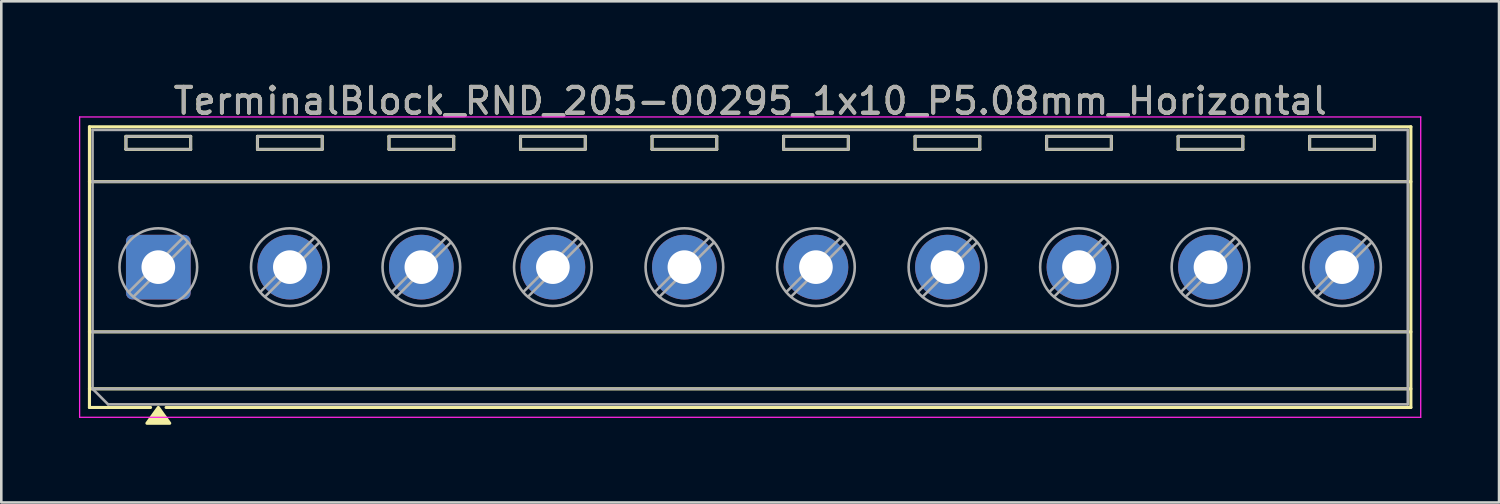
<source format=kicad_pcb>
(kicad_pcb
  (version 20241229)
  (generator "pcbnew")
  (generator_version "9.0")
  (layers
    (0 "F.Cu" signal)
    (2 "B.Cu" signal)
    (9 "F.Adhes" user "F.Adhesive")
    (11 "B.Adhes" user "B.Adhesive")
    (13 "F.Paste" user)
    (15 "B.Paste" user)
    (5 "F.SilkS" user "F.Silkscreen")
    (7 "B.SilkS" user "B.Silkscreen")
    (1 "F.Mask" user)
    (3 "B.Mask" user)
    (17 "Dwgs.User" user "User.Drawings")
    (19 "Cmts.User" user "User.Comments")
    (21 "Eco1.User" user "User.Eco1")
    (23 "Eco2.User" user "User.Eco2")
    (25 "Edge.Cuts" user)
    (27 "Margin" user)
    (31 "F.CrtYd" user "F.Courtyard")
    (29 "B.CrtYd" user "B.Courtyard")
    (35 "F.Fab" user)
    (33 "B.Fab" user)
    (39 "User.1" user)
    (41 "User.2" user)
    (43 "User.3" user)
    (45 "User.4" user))
  (footprint "TerminalBlock_RND_205-00295_1x10_P5.08mm_Horizontal"
    (layer "F.Cu")
    (at 3.065 7.268)
    (property "Reference" "TerminalBlock_RND_205-00295_1x10_P5.08mm_Horizontal" (at 22.86 -6.42 0) (layer "F.SilkS") (effects (font (size 1 1) (thickness 0.15))))
    (attr through_hole)
    (fp_line (start -2.66 -5.42) (end 48.38 -5.42) (stroke (width 0.12) (type solid)) (layer "F.SilkS"))
    (fp_line (start -2.66 -3.3) (end 48.38 -3.3) (stroke (width 0.12) (type solid)) (layer "F.SilkS"))
    (fp_line (start -2.66 2.5) (end 48.38 2.5) (stroke (width 0.12) (type solid)) (layer "F.SilkS"))
    (fp_line (start -2.66 4.7) (end 48.38 4.7) (stroke (width 0.12) (type solid)) (layer "F.SilkS"))
    (fp_line (start -2.66 5.42) (end -2.66 -5.42) (stroke (width 0.12) (type solid)) (layer "F.SilkS"))
    (fp_line (start -1.25 -5.05) (end 1.25 -5.05) (stroke (width 0.12) (type solid)) (layer "F.SilkS"))
    (fp_line (start -1.25 -4.55) (end -1.25 -5.05) (stroke (width 0.12) (type solid)) (layer "F.SilkS"))
    (fp_line (start -0.3 5.42) (end -2.66 5.42) (stroke (width 0.12) (type solid)) (layer "F.SilkS"))
    (fp_line (start 1.25 -5.05) (end 1.25 -4.55) (stroke (width 0.12) (type solid)) (layer "F.SilkS"))
    (fp_line (start 1.25 -4.55) (end -1.25 -4.55) (stroke (width 0.12) (type solid)) (layer "F.SilkS"))
    (fp_line (start 3.83 -5.05) (end 6.33 -5.05) (stroke (width 0.12) (type solid)) (layer "F.SilkS"))
    (fp_line (start 3.83 -4.55) (end 3.83 -5.05) (stroke (width 0.12) (type solid)) (layer "F.SilkS"))
    (fp_line (start 6.33 -5.05) (end 6.33 -4.55) (stroke (width 0.12) (type solid)) (layer "F.SilkS"))
    (fp_line (start 6.33 -4.55) (end 3.83 -4.55) (stroke (width 0.12) (type solid)) (layer "F.SilkS"))
    (fp_line (start 8.91 -5.05) (end 11.41 -5.05) (stroke (width 0.12) (type solid)) (layer "F.SilkS"))
    (fp_line (start 8.91 -4.55) (end 8.91 -5.05) (stroke (width 0.12) (type solid)) (layer "F.SilkS"))
    (fp_line (start 11.41 -5.05) (end 11.41 -4.55) (stroke (width 0.12) (type solid)) (layer "F.SilkS"))
    (fp_line (start 11.41 -4.55) (end 8.91 -4.55) (stroke (width 0.12) (type solid)) (layer "F.SilkS"))
    (fp_line (start 13.99 -5.05) (end 16.49 -5.05) (stroke (width 0.12) (type solid)) (layer "F.SilkS"))
    (fp_line (start 13.99 -4.55) (end 13.99 -5.05) (stroke (width 0.12) (type solid)) (layer "F.SilkS"))
    (fp_line (start 16.49 -5.05) (end 16.49 -4.55) (stroke (width 0.12) (type solid)) (layer "F.SilkS"))
    (fp_line (start 16.49 -4.55) (end 13.99 -4.55) (stroke (width 0.12) (type solid)) (layer "F.SilkS"))
    (fp_line (start 19.07 -5.05) (end 21.57 -5.05) (stroke (width 0.12) (type solid)) (layer "F.SilkS"))
    (fp_line (start 19.07 -4.55) (end 19.07 -5.05) (stroke (width 0.12) (type solid)) (layer "F.SilkS"))
    (fp_line (start 21.57 -5.05) (end 21.57 -4.55) (stroke (width 0.12) (type solid)) (layer "F.SilkS"))
    (fp_line (start 21.57 -4.55) (end 19.07 -4.55) (stroke (width 0.12) (type solid)) (layer "F.SilkS"))
    (fp_line (start 24.15 -5.05) (end 26.65 -5.05) (stroke (width 0.12) (type solid)) (layer "F.SilkS"))
    (fp_line (start 24.15 -4.55) (end 24.15 -5.05) (stroke (width 0.12) (type solid)) (layer "F.SilkS"))
    (fp_line (start 26.65 -5.05) (end 26.65 -4.55) (stroke (width 0.12) (type solid)) (layer "F.SilkS"))
    (fp_line (start 26.65 -4.55) (end 24.15 -4.55) (stroke (width 0.12) (type solid)) (layer "F.SilkS"))
    (fp_line (start 29.23 -5.05) (end 31.73 -5.05) (stroke (width 0.12) (type solid)) (layer "F.SilkS"))
    (fp_line (start 29.23 -4.55) (end 29.23 -5.05) (stroke (width 0.12) (type solid)) (layer "F.SilkS"))
    (fp_line (start 31.73 -5.05) (end 31.73 -4.55) (stroke (width 0.12) (type solid)) (layer "F.SilkS"))
    (fp_line (start 31.73 -4.55) (end 29.23 -4.55) (stroke (width 0.12) (type solid)) (layer "F.SilkS"))
    (fp_line (start 34.31 -5.05) (end 36.81 -5.05) (stroke (width 0.12) (type solid)) (layer "F.SilkS"))
    (fp_line (start 34.31 -4.55) (end 34.31 -5.05) (stroke (width 0.12) (type solid)) (layer "F.SilkS"))
    (fp_line (start 36.81 -5.05) (end 36.81 -4.55) (stroke (width 0.12) (type solid)) (layer "F.SilkS"))
    (fp_line (start 36.81 -4.55) (end 34.31 -4.55) (stroke (width 0.12) (type solid)) (layer "F.SilkS"))
    (fp_line (start 39.39 -5.05) (end 41.89 -5.05) (stroke (width 0.12) (type solid)) (layer "F.SilkS"))
    (fp_line (start 39.39 -4.55) (end 39.39 -5.05) (stroke (width 0.12) (type solid)) (layer "F.SilkS"))
    (fp_line (start 41.89 -5.05) (end 41.89 -4.55) (stroke (width 0.12) (type solid)) (layer "F.SilkS"))
    (fp_line (start 41.89 -4.55) (end 39.39 -4.55) (stroke (width 0.12) (type solid)) (layer "F.SilkS"))
    (fp_line (start 44.47 -5.05) (end 46.97 -5.05) (stroke (width 0.12) (type solid)) (layer "F.SilkS"))
    (fp_line (start 44.47 -4.55) (end 44.47 -5.05) (stroke (width 0.12) (type solid)) (layer "F.SilkS"))
    (fp_line (start 46.97 -5.05) (end 46.97 -4.55) (stroke (width 0.12) (type solid)) (layer "F.SilkS"))
    (fp_line (start 46.97 -4.55) (end 44.47 -4.55) (stroke (width 0.12) (type solid)) (layer "F.SilkS"))
    (fp_line (start 48.38 -5.42) (end 48.38 5.42) (stroke (width 0.12) (type solid)) (layer "F.SilkS"))
    (fp_line (start 48.38 5.42) (end 0.3 5.42) (stroke (width 0.12) (type solid)) (layer "F.SilkS"))
    (fp_poly (pts (xy 0 5.42) (xy 0.44 6.03) (xy -0.44 6.03)) (stroke (width 0.12) (type solid)) (fill yes) (layer "F.SilkS"))
    (fp_line (start -3.04 -5.8) (end -3.04 5.8) (stroke (width 0.05) (type solid)) (layer "F.CrtYd"))
    (fp_line (start -3.04 5.8) (end 48.76 5.8) (stroke (width 0.05) (type solid)) (layer "F.CrtYd"))
    (fp_line (start 48.76 -5.8) (end -3.04 -5.8) (stroke (width 0.05) (type solid)) (layer "F.CrtYd"))
    (fp_line (start 48.76 5.8) (end 48.76 -5.8) (stroke (width 0.05) (type solid)) (layer "F.CrtYd"))
    (fp_line (start -2.54 -5.3) (end 48.26 -5.3) (stroke (width 0.1) (type solid)) (layer "F.Fab"))
    (fp_line (start -2.54 -3.3) (end 48.26 -3.3) (stroke (width 0.1) (type solid)) (layer "F.Fab"))
    (fp_line (start -2.54 2.5) (end 48.26 2.5) (stroke (width 0.1) (type solid)) (layer "F.Fab"))
    (fp_line (start -2.54 4.7) (end -2.54 -5.3) (stroke (width 0.1) (type solid)) (layer "F.Fab"))
    (fp_line (start -2.54 4.7) (end 48.26 4.7) (stroke (width 0.1) (type solid)) (layer "F.Fab"))
    (fp_line (start -1.94 5.3) (end -2.54 4.7) (stroke (width 0.1) (type solid)) (layer "F.Fab"))
    (fp_line (start -1.25 -5.05) (end -1.25 -4.55) (stroke (width 0.1) (type solid)) (layer "F.Fab"))
    (fp_line (start -1.25 -4.55) (end 1.25 -4.55) (stroke (width 0.1) (type solid)) (layer "F.Fab"))
    (fp_line (start 0.955 -1.138) (end -1.138 0.955) (stroke (width 0.1) (type solid)) (layer "F.Fab"))
    (fp_line (start 1.138 -0.955) (end -0.955 1.138) (stroke (width 0.1) (type solid)) (layer "F.Fab"))
    (fp_line (start 1.25 -5.05) (end -1.25 -5.05) (stroke (width 0.1) (type solid)) (layer "F.Fab"))
    (fp_line (start 1.25 -4.55) (end 1.25 -5.05) (stroke (width 0.1) (type solid)) (layer "F.Fab"))
    (fp_line (start 3.83 -5.05) (end 3.83 -4.55) (stroke (width 0.1) (type solid)) (layer "F.Fab"))
    (fp_line (start 3.83 -4.55) (end 6.33 -4.55) (stroke (width 0.1) (type solid)) (layer "F.Fab"))
    (fp_line (start 6.035 -1.138) (end 3.942 0.955) (stroke (width 0.1) (type solid)) (layer "F.Fab"))
    (fp_line (start 6.218 -0.955) (end 4.125 1.138) (stroke (width 0.1) (type solid)) (layer "F.Fab"))
    (fp_line (start 6.33 -5.05) (end 3.83 -5.05) (stroke (width 0.1) (type solid)) (layer "F.Fab"))
    (fp_line (start 6.33 -4.55) (end 6.33 -5.05) (stroke (width 0.1) (type solid)) (layer "F.Fab"))
    (fp_line (start 8.91 -5.05) (end 8.91 -4.55) (stroke (width 0.1) (type solid)) (layer "F.Fab"))
    (fp_line (start 8.91 -4.55) (end 11.41 -4.55) (stroke (width 0.1) (type solid)) (layer "F.Fab"))
    (fp_line (start 11.115 -1.138) (end 9.022 0.955) (stroke (width 0.1) (type solid)) (layer "F.Fab"))
    (fp_line (start 11.298 -0.955) (end 9.205 1.138) (stroke (width 0.1) (type solid)) (layer "F.Fab"))
    (fp_line (start 11.41 -5.05) (end 8.91 -5.05) (stroke (width 0.1) (type solid)) (layer "F.Fab"))
    (fp_line (start 11.41 -4.55) (end 11.41 -5.05) (stroke (width 0.1) (type solid)) (layer "F.Fab"))
    (fp_line (start 13.99 -5.05) (end 13.99 -4.55) (stroke (width 0.1) (type solid)) (layer "F.Fab"))
    (fp_line (start 13.99 -4.55) (end 16.49 -4.55) (stroke (width 0.1) (type solid)) (layer "F.Fab"))
    (fp_line (start 16.195 -1.138) (end 14.102 0.955) (stroke (width 0.1) (type solid)) (layer "F.Fab"))
    (fp_line (start 16.378 -0.955) (end 14.285 1.138) (stroke (width 0.1) (type solid)) (layer "F.Fab"))
    (fp_line (start 16.49 -5.05) (end 13.99 -5.05) (stroke (width 0.1) (type solid)) (layer "F.Fab"))
    (fp_line (start 16.49 -4.55) (end 16.49 -5.05) (stroke (width 0.1) (type solid)) (layer "F.Fab"))
    (fp_line (start 19.07 -5.05) (end 19.07 -4.55) (stroke (width 0.1) (type solid)) (layer "F.Fab"))
    (fp_line (start 19.07 -4.55) (end 21.57 -4.55) (stroke (width 0.1) (type solid)) (layer "F.Fab"))
    (fp_line (start 21.275 -1.138) (end 19.182 0.955) (stroke (width 0.1) (type solid)) (layer "F.Fab"))
    (fp_line (start 21.458 -0.955) (end 19.365 1.138) (stroke (width 0.1) (type solid)) (layer "F.Fab"))
    (fp_line (start 21.57 -5.05) (end 19.07 -5.05) (stroke (width 0.1) (type solid)) (layer "F.Fab"))
    (fp_line (start 21.57 -4.55) (end 21.57 -5.05) (stroke (width 0.1) (type solid)) (layer "F.Fab"))
    (fp_line (start 24.15 -5.05) (end 24.15 -4.55) (stroke (width 0.1) (type solid)) (layer "F.Fab"))
    (fp_line (start 24.15 -4.55) (end 26.65 -4.55) (stroke (width 0.1) (type solid)) (layer "F.Fab"))
    (fp_line (start 26.355 -1.138) (end 24.262 0.955) (stroke (width 0.1) (type solid)) (layer "F.Fab"))
    (fp_line (start 26.538 -0.955) (end 24.445 1.138) (stroke (width 0.1) (type solid)) (layer "F.Fab"))
    (fp_line (start 26.65 -5.05) (end 24.15 -5.05) (stroke (width 0.1) (type solid)) (layer "F.Fab"))
    (fp_line (start 26.65 -4.55) (end 26.65 -5.05) (stroke (width 0.1) (type solid)) (layer "F.Fab"))
    (fp_line (start 29.23 -5.05) (end 29.23 -4.55) (stroke (width 0.1) (type solid)) (layer "F.Fab"))
    (fp_line (start 29.23 -4.55) (end 31.73 -4.55) (stroke (width 0.1) (type solid)) (layer "F.Fab"))
    (fp_line (start 31.435 -1.138) (end 29.342 0.955) (stroke (width 0.1) (type solid)) (layer "F.Fab"))
    (fp_line (start 31.618 -0.955) (end 29.525 1.138) (stroke (width 0.1) (type solid)) (layer "F.Fab"))
    (fp_line (start 31.73 -5.05) (end 29.23 -5.05) (stroke (width 0.1) (type solid)) (layer "F.Fab"))
    (fp_line (start 31.73 -4.55) (end 31.73 -5.05) (stroke (width 0.1) (type solid)) (layer "F.Fab"))
    (fp_line (start 34.31 -5.05) (end 34.31 -4.55) (stroke (width 0.1) (type solid)) (layer "F.Fab"))
    (fp_line (start 34.31 -4.55) (end 36.81 -4.55) (stroke (width 0.1) (type solid)) (layer "F.Fab"))
    (fp_line (start 36.515 -1.138) (end 34.422 0.955) (stroke (width 0.1) (type solid)) (layer "F.Fab"))
    (fp_line (start 36.698 -0.955) (end 34.605 1.138) (stroke (width 0.1) (type solid)) (layer "F.Fab"))
    (fp_line (start 36.81 -5.05) (end 34.31 -5.05) (stroke (width 0.1) (type solid)) (layer "F.Fab"))
    (fp_line (start 36.81 -4.55) (end 36.81 -5.05) (stroke (width 0.1) (type solid)) (layer "F.Fab"))
    (fp_line (start 39.39 -5.05) (end 39.39 -4.55) (stroke (width 0.1) (type solid)) (layer "F.Fab"))
    (fp_line (start 39.39 -4.55) (end 41.89 -4.55) (stroke (width 0.1) (type solid)) (layer "F.Fab"))
    (fp_line (start 41.595 -1.138) (end 39.502 0.955) (stroke (width 0.1) (type solid)) (layer "F.Fab"))
    (fp_line (start 41.778 -0.955) (end 39.685 1.138) (stroke (width 0.1) (type solid)) (layer "F.Fab"))
    (fp_line (start 41.89 -5.05) (end 39.39 -5.05) (stroke (width 0.1) (type solid)) (layer "F.Fab"))
    (fp_line (start 41.89 -4.55) (end 41.89 -5.05) (stroke (width 0.1) (type solid)) (layer "F.Fab"))
    (fp_line (start 44.47 -5.05) (end 44.47 -4.55) (stroke (width 0.1) (type solid)) (layer "F.Fab"))
    (fp_line (start 44.47 -4.55) (end 46.97 -4.55) (stroke (width 0.1) (type solid)) (layer "F.Fab"))
    (fp_line (start 46.675 -1.138) (end 44.582 0.955) (stroke (width 0.1) (type solid)) (layer "F.Fab"))
    (fp_line (start 46.858 -0.955) (end 44.765 1.138) (stroke (width 0.1) (type solid)) (layer "F.Fab"))
    (fp_line (start 46.97 -5.05) (end 44.47 -5.05) (stroke (width 0.1) (type solid)) (layer "F.Fab"))
    (fp_line (start 46.97 -4.55) (end 46.97 -5.05) (stroke (width 0.1) (type solid)) (layer "F.Fab"))
    (fp_line (start 48.26 -5.3) (end 48.26 5.3) (stroke (width 0.1) (type solid)) (layer "F.Fab"))
    (fp_line (start 48.26 5.3) (end -1.94 5.3) (stroke (width 0.1) (type solid)) (layer "F.Fab"))
    (fp_circle (center 0 0) (end 1.5 0) (stroke (width 0.1) (type solid)) (fill no) (layer "F.Fab"))
    (fp_circle (center 5.08 0) (end 6.58 0) (stroke (width 0.1) (type solid)) (fill no) (layer "F.Fab"))
    (fp_circle (center 10.16 0) (end 11.66 0) (stroke (width 0.1) (type solid)) (fill no) (layer "F.Fab"))
    (fp_circle (center 15.24 0) (end 16.74 0) (stroke (width 0.1) (type solid)) (fill no) (layer "F.Fab"))
    (fp_circle (center 20.32 0) (end 21.82 0) (stroke (width 0.1) (type solid)) (fill no) (layer "F.Fab"))
    (fp_circle (center 25.4 0) (end 26.9 0) (stroke (width 0.1) (type solid)) (fill no) (layer "F.Fab"))
    (fp_circle (center 30.48 0) (end 31.98 0) (stroke (width 0.1) (type solid)) (fill no) (layer "F.Fab"))
    (fp_circle (center 35.56 0) (end 37.06 0) (stroke (width 0.1) (type solid)) (fill no) (layer "F.Fab"))
    (fp_circle (center 40.64 0) (end 42.14 0) (stroke (width 0.1) (type solid)) (fill no) (layer "F.Fab"))
    (fp_circle (center 45.72 0) (end 47.22 0) (stroke (width 0.1) (type solid)) (fill no) (layer "F.Fab"))
    (fp_text user "${REFERENCE}" (at 22.86 -6.42 0) (layer "F.Fab") (effects (font (size 1 1) (thickness 0.15))))
    (pad "1" thru_hole roundrect (at 0 0) (size 2.5 2.5) (drill 1.3) (layers "*.Cu" "*.Mask") (roundrect_rratio 0.1))
    (pad "2" thru_hole circle (at 5.08 0) (size 2.5 2.5) (drill 1.3) (layers "*.Cu" "*.Mask"))
    (pad "3" thru_hole circle (at 10.16 0) (size 2.5 2.5) (drill 1.3) (layers "*.Cu" "*.Mask"))
    (pad "4" thru_hole circle (at 15.24 0) (size 2.5 2.5) (drill 1.3) (layers "*.Cu" "*.Mask"))
    (pad "5" thru_hole circle (at 20.32 0) (size 2.5 2.5) (drill 1.3) (layers "*.Cu" "*.Mask"))
    (pad "6" thru_hole circle (at 25.4 0) (size 2.5 2.5) (drill 1.3) (layers "*.Cu" "*.Mask"))
    (pad "7" thru_hole circle (at 30.48 0) (size 2.5 2.5) (drill 1.3) (layers "*.Cu" "*.Mask"))
    (pad "8" thru_hole circle (at 35.56 0) (size 2.5 2.5) (drill 1.3) (layers "*.Cu" "*.Mask"))
    (pad "9" thru_hole circle (at 40.64 0) (size 2.5 2.5) (drill 1.3) (layers "*.Cu" "*.Mask"))
    (pad "10" thru_hole circle (at 45.72 0) (size 2.5 2.5) (drill 1.3) (layers "*.Cu" "*.Mask")))
  (gr_rect
    (start -3 -3)
    (end 54.85 16.358)
    (stroke (width 0.1) (type default))
    (fill no)
    (layer "Edge.Cuts")))
</source>
